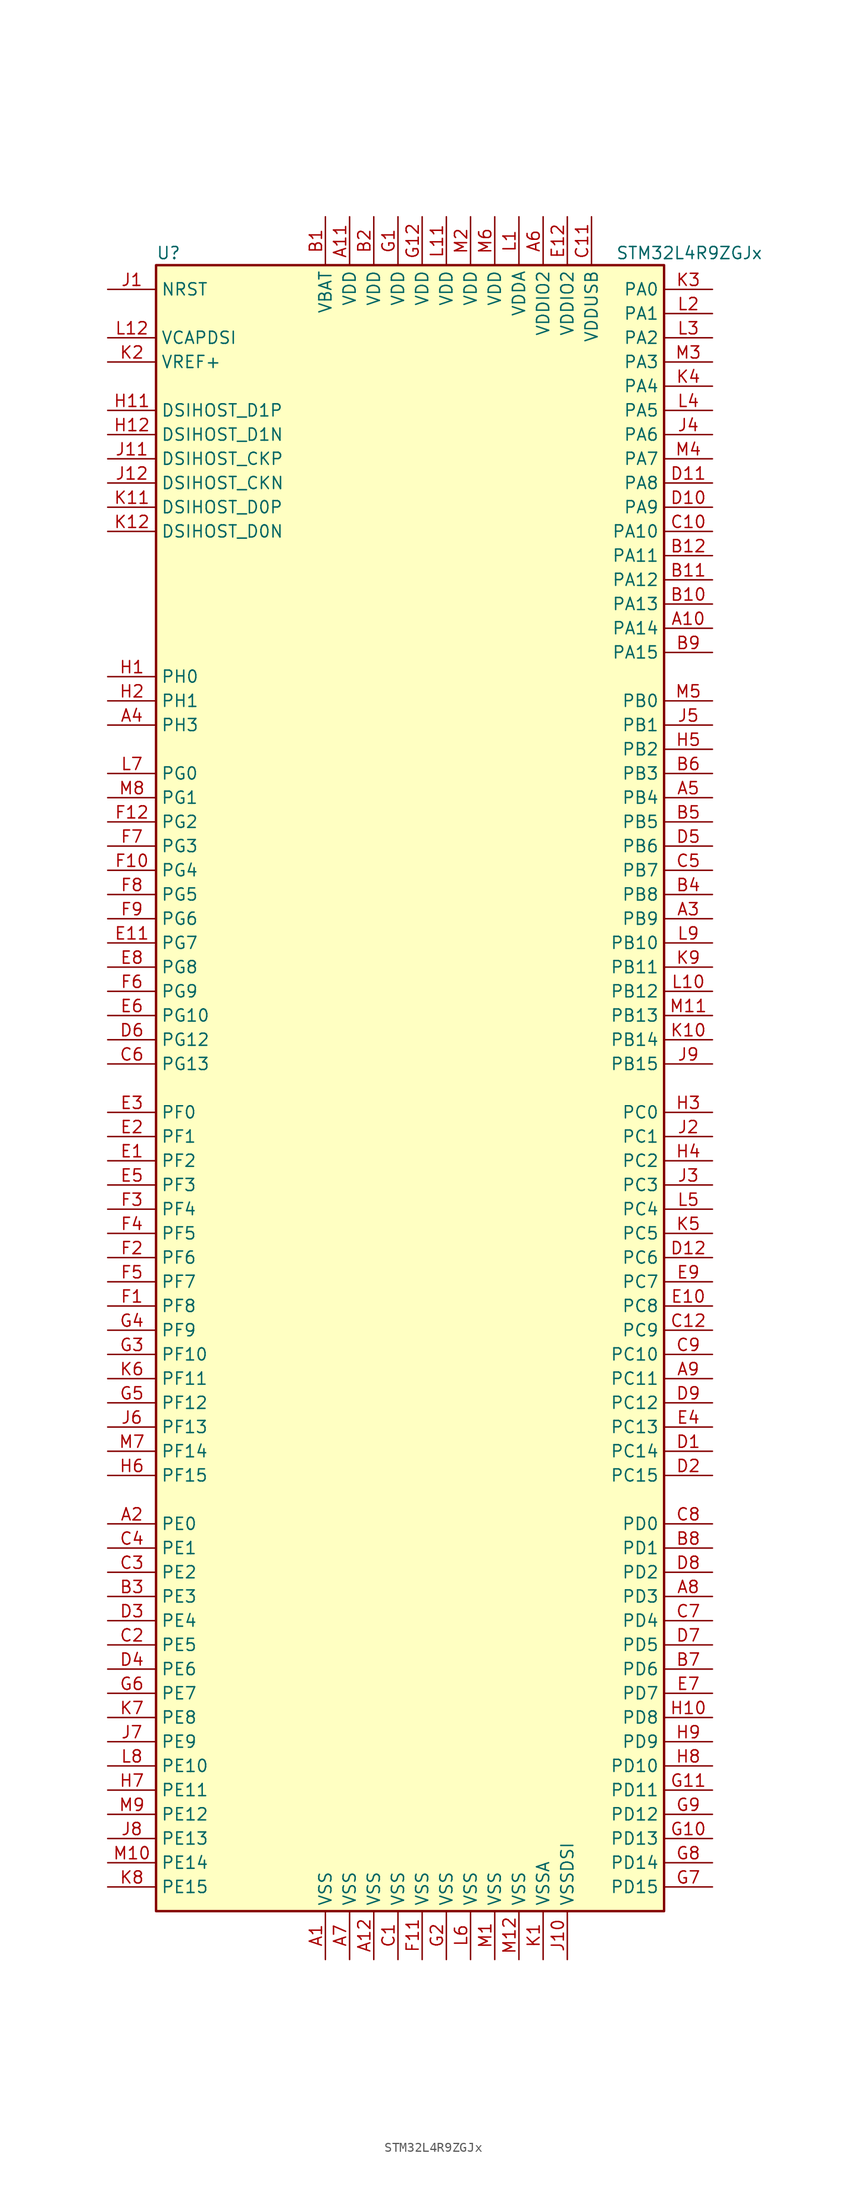
<source format=kicad_sym>
(kicad_symbol_lib
  (version 20201005)
  (generator kicad_symbol_editor)
  (symbol "STM32L4R9ZGJx"
    (property "Reference" "U"
      (at -27.94 87.63 0)
      (effects (font (size 1.27 1.27)) (justify left)))
    (property "Value" "STM32L4R9ZGJx"
      (at 20.32 87.63 0)
      (effects (font (size 1.27 1.27)) (justify left)))
    (symbol "STM32L4R9ZGJx_0_1"
      (rectangle (start -27.94 -86.36) (end 25.4 86.36) (stroke (width 0.254)) (fill (type background))))
    (symbol "STM32L4R9ZGJx_1_1"
      (pin bidirectional line (at -33.02 63.5 0) (length 5.08) (name "DSIHOST_CKN" (effects (font (size 1.27 1.27)))) (number "J12" (effects (font (size 1.27 1.27)))))
      (pin bidirectional line (at -33.02 66.04 0) (length 5.08) (name "DSIHOST_CKP" (effects (font (size 1.27 1.27)))) (number "J11" (effects (font (size 1.27 1.27)))))
      (pin bidirectional line (at -33.02 58.42 0) (length 5.08) (name "DSIHOST_D0N" (effects (font (size 1.27 1.27)))) (number "K12" (effects (font (size 1.27 1.27)))))
      (pin bidirectional line (at -33.02 60.96 0) (length 5.08) (name "DSIHOST_D0P" (effects (font (size 1.27 1.27)))) (number "K11" (effects (font (size 1.27 1.27)))))
      (pin bidirectional line (at -33.02 68.58 0) (length 5.08) (name "DSIHOST_D1N" (effects (font (size 1.27 1.27)))) (number "H12" (effects (font (size 1.27 1.27)))))
      (pin bidirectional line (at -33.02 71.12 0) (length 5.08) (name "DSIHOST_D1P" (effects (font (size 1.27 1.27)))) (number "H11" (effects (font (size 1.27 1.27)))))
      (pin input line (at -33.02 83.82 0) (length 5.08) (name "NRST" (effects (font (size 1.27 1.27)))) (number "J1" (effects (font (size 1.27 1.27)))))
      (pin bidirectional line (at 30.48 83.82 180) (length 5.08) (name "PA0" (effects (font (size 1.27 1.27)))) (number "K3" (effects (font (size 1.27 1.27)))))
      (pin bidirectional line (at 30.48 81.28 180) (length 5.08) (name "PA1" (effects (font (size 1.27 1.27)))) (number "L2" (effects (font (size 1.27 1.27)))))
      (pin bidirectional line (at 30.48 58.42 180) (length 5.08) (name "PA10" (effects (font (size 1.27 1.27)))) (number "C10" (effects (font (size 1.27 1.27)))))
      (pin bidirectional line (at 30.48 55.88 180) (length 5.08) (name "PA11" (effects (font (size 1.27 1.27)))) (number "B12" (effects (font (size 1.27 1.27)))))
      (pin bidirectional line (at 30.48 53.34 180) (length 5.08) (name "PA12" (effects (font (size 1.27 1.27)))) (number "B11" (effects (font (size 1.27 1.27)))))
      (pin bidirectional line (at 30.48 50.8 180) (length 5.08) (name "PA13" (effects (font (size 1.27 1.27)))) (number "B10" (effects (font (size 1.27 1.27)))))
      (pin bidirectional line (at 30.48 48.26 180) (length 5.08) (name "PA14" (effects (font (size 1.27 1.27)))) (number "A10" (effects (font (size 1.27 1.27)))))
      (pin bidirectional line (at 30.48 45.72 180) (length 5.08) (name "PA15" (effects (font (size 1.27 1.27)))) (number "B9" (effects (font (size 1.27 1.27)))))
      (pin bidirectional line (at 30.48 78.74 180) (length 5.08) (name "PA2" (effects (font (size 1.27 1.27)))) (number "L3" (effects (font (size 1.27 1.27)))))
      (pin bidirectional line (at 30.48 76.2 180) (length 5.08) (name "PA3" (effects (font (size 1.27 1.27)))) (number "M3" (effects (font (size 1.27 1.27)))))
      (pin bidirectional line (at 30.48 73.66 180) (length 5.08) (name "PA4" (effects (font (size 1.27 1.27)))) (number "K4" (effects (font (size 1.27 1.27)))))
      (pin bidirectional line (at 30.48 71.12 180) (length 5.08) (name "PA5" (effects (font (size 1.27 1.27)))) (number "L4" (effects (font (size 1.27 1.27)))))
      (pin bidirectional line (at 30.48 68.58 180) (length 5.08) (name "PA6" (effects (font (size 1.27 1.27)))) (number "J4" (effects (font (size 1.27 1.27)))))
      (pin bidirectional line (at 30.48 66.04 180) (length 5.08) (name "PA7" (effects (font (size 1.27 1.27)))) (number "M4" (effects (font (size 1.27 1.27)))))
      (pin bidirectional line (at 30.48 63.5 180) (length 5.08) (name "PA8" (effects (font (size 1.27 1.27)))) (number "D11" (effects (font (size 1.27 1.27)))))
      (pin bidirectional line (at 30.48 60.96 180) (length 5.08) (name "PA9" (effects (font (size 1.27 1.27)))) (number "D10" (effects (font (size 1.27 1.27)))))
      (pin bidirectional line (at 30.48 40.64 180) (length 5.08) (name "PB0" (effects (font (size 1.27 1.27)))) (number "M5" (effects (font (size 1.27 1.27)))))
      (pin bidirectional line (at 30.48 38.1 180) (length 5.08) (name "PB1" (effects (font (size 1.27 1.27)))) (number "J5" (effects (font (size 1.27 1.27)))))
      (pin bidirectional line (at 30.48 15.24 180) (length 5.08) (name "PB10" (effects (font (size 1.27 1.27)))) (number "L9" (effects (font (size 1.27 1.27)))))
      (pin bidirectional line (at 30.48 12.7 180) (length 5.08) (name "PB11" (effects (font (size 1.27 1.27)))) (number "K9" (effects (font (size 1.27 1.27)))))
      (pin bidirectional line (at 30.48 10.16 180) (length 5.08) (name "PB12" (effects (font (size 1.27 1.27)))) (number "L10" (effects (font (size 1.27 1.27)))))
      (pin bidirectional line (at 30.48 7.62 180) (length 5.08) (name "PB13" (effects (font (size 1.27 1.27)))) (number "M11" (effects (font (size 1.27 1.27)))))
      (pin bidirectional line (at 30.48 5.08 180) (length 5.08) (name "PB14" (effects (font (size 1.27 1.27)))) (number "K10" (effects (font (size 1.27 1.27)))))
      (pin bidirectional line (at 30.48 2.54 180) (length 5.08) (name "PB15" (effects (font (size 1.27 1.27)))) (number "J9" (effects (font (size 1.27 1.27)))))
      (pin bidirectional line (at 30.48 35.56 180) (length 5.08) (name "PB2" (effects (font (size 1.27 1.27)))) (number "H5" (effects (font (size 1.27 1.27)))))
      (pin bidirectional line (at 30.48 33.02 180) (length 5.08) (name "PB3" (effects (font (size 1.27 1.27)))) (number "B6" (effects (font (size 1.27 1.27)))))
      (pin bidirectional line (at 30.48 30.48 180) (length 5.08) (name "PB4" (effects (font (size 1.27 1.27)))) (number "A5" (effects (font (size 1.27 1.27)))))
      (pin bidirectional line (at 30.48 27.94 180) (length 5.08) (name "PB5" (effects (font (size 1.27 1.27)))) (number "B5" (effects (font (size 1.27 1.27)))))
      (pin bidirectional line (at 30.48 25.4 180) (length 5.08) (name "PB6" (effects (font (size 1.27 1.27)))) (number "D5" (effects (font (size 1.27 1.27)))))
      (pin bidirectional line (at 30.48 22.86 180) (length 5.08) (name "PB7" (effects (font (size 1.27 1.27)))) (number "C5" (effects (font (size 1.27 1.27)))))
      (pin bidirectional line (at 30.48 20.32 180) (length 5.08) (name "PB8" (effects (font (size 1.27 1.27)))) (number "B4" (effects (font (size 1.27 1.27)))))
      (pin bidirectional line (at 30.48 17.78 180) (length 5.08) (name "PB9" (effects (font (size 1.27 1.27)))) (number "A3" (effects (font (size 1.27 1.27)))))
      (pin bidirectional line (at 30.48 -2.54 180) (length 5.08) (name "PC0" (effects (font (size 1.27 1.27)))) (number "H3" (effects (font (size 1.27 1.27)))))
      (pin bidirectional line (at 30.48 -5.08 180) (length 5.08) (name "PC1" (effects (font (size 1.27 1.27)))) (number "J2" (effects (font (size 1.27 1.27)))))
      (pin bidirectional line (at 30.48 -27.94 180) (length 5.08) (name "PC10" (effects (font (size 1.27 1.27)))) (number "C9" (effects (font (size 1.27 1.27)))))
      (pin bidirectional line (at 30.48 -30.48 180) (length 5.08) (name "PC11" (effects (font (size 1.27 1.27)))) (number "A9" (effects (font (size 1.27 1.27)))))
      (pin bidirectional line (at 30.48 -33.02 180) (length 5.08) (name "PC12" (effects (font (size 1.27 1.27)))) (number "D9" (effects (font (size 1.27 1.27)))))
      (pin bidirectional line (at 30.48 -35.56 180) (length 5.08) (name "PC13" (effects (font (size 1.27 1.27)))) (number "E4" (effects (font (size 1.27 1.27)))))
      (pin bidirectional line (at 30.48 -38.1 180) (length 5.08) (name "PC14" (effects (font (size 1.27 1.27)))) (number "D1" (effects (font (size 1.27 1.27)))))
      (pin bidirectional line (at 30.48 -40.64 180) (length 5.08) (name "PC15" (effects (font (size 1.27 1.27)))) (number "D2" (effects (font (size 1.27 1.27)))))
      (pin bidirectional line (at 30.48 -7.62 180) (length 5.08) (name "PC2" (effects (font (size 1.27 1.27)))) (number "H4" (effects (font (size 1.27 1.27)))))
      (pin bidirectional line (at 30.48 -10.16 180) (length 5.08) (name "PC3" (effects (font (size 1.27 1.27)))) (number "J3" (effects (font (size 1.27 1.27)))))
      (pin bidirectional line (at 30.48 -12.7 180) (length 5.08) (name "PC4" (effects (font (size 1.27 1.27)))) (number "L5" (effects (font (size 1.27 1.27)))))
      (pin bidirectional line (at 30.48 -15.24 180) (length 5.08) (name "PC5" (effects (font (size 1.27 1.27)))) (number "K5" (effects (font (size 1.27 1.27)))))
      (pin bidirectional line (at 30.48 -17.78 180) (length 5.08) (name "PC6" (effects (font (size 1.27 1.27)))) (number "D12" (effects (font (size 1.27 1.27)))))
      (pin bidirectional line (at 30.48 -20.32 180) (length 5.08) (name "PC7" (effects (font (size 1.27 1.27)))) (number "E9" (effects (font (size 1.27 1.27)))))
      (pin bidirectional line (at 30.48 -22.86 180) (length 5.08) (name "PC8" (effects (font (size 1.27 1.27)))) (number "E10" (effects (font (size 1.27 1.27)))))
      (pin bidirectional line (at 30.48 -25.4 180) (length 5.08) (name "PC9" (effects (font (size 1.27 1.27)))) (number "C12" (effects (font (size 1.27 1.27)))))
      (pin bidirectional line (at 30.48 -45.72 180) (length 5.08) (name "PD0" (effects (font (size 1.27 1.27)))) (number "C8" (effects (font (size 1.27 1.27)))))
      (pin bidirectional line (at 30.48 -48.26 180) (length 5.08) (name "PD1" (effects (font (size 1.27 1.27)))) (number "B8" (effects (font (size 1.27 1.27)))))
      (pin bidirectional line (at 30.48 -71.12 180) (length 5.08) (name "PD10" (effects (font (size 1.27 1.27)))) (number "H8" (effects (font (size 1.27 1.27)))))
      (pin bidirectional line (at 30.48 -73.66 180) (length 5.08) (name "PD11" (effects (font (size 1.27 1.27)))) (number "G11" (effects (font (size 1.27 1.27)))))
      (pin bidirectional line (at 30.48 -76.2 180) (length 5.08) (name "PD12" (effects (font (size 1.27 1.27)))) (number "G9" (effects (font (size 1.27 1.27)))))
      (pin bidirectional line (at 30.48 -78.74 180) (length 5.08) (name "PD13" (effects (font (size 1.27 1.27)))) (number "G10" (effects (font (size 1.27 1.27)))))
      (pin bidirectional line (at 30.48 -81.28 180) (length 5.08) (name "PD14" (effects (font (size 1.27 1.27)))) (number "G8" (effects (font (size 1.27 1.27)))))
      (pin bidirectional line (at 30.48 -83.82 180) (length 5.08) (name "PD15" (effects (font (size 1.27 1.27)))) (number "G7" (effects (font (size 1.27 1.27)))))
      (pin bidirectional line (at 30.48 -50.8 180) (length 5.08) (name "PD2" (effects (font (size 1.27 1.27)))) (number "D8" (effects (font (size 1.27 1.27)))))
      (pin bidirectional line (at 30.48 -53.34 180) (length 5.08) (name "PD3" (effects (font (size 1.27 1.27)))) (number "A8" (effects (font (size 1.27 1.27)))))
      (pin bidirectional line (at 30.48 -55.88 180) (length 5.08) (name "PD4" (effects (font (size 1.27 1.27)))) (number "C7" (effects (font (size 1.27 1.27)))))
      (pin bidirectional line (at 30.48 -58.42 180) (length 5.08) (name "PD5" (effects (font (size 1.27 1.27)))) (number "D7" (effects (font (size 1.27 1.27)))))
      (pin bidirectional line (at 30.48 -60.96 180) (length 5.08) (name "PD6" (effects (font (size 1.27 1.27)))) (number "B7" (effects (font (size 1.27 1.27)))))
      (pin bidirectional line (at 30.48 -63.5 180) (length 5.08) (name "PD7" (effects (font (size 1.27 1.27)))) (number "E7" (effects (font (size 1.27 1.27)))))
      (pin bidirectional line (at 30.48 -66.04 180) (length 5.08) (name "PD8" (effects (font (size 1.27 1.27)))) (number "H10" (effects (font (size 1.27 1.27)))))
      (pin bidirectional line (at 30.48 -68.58 180) (length 5.08) (name "PD9" (effects (font (size 1.27 1.27)))) (number "H9" (effects (font (size 1.27 1.27)))))
      (pin bidirectional line (at -33.02 -45.72 0) (length 5.08) (name "PE0" (effects (font (size 1.27 1.27)))) (number "A2" (effects (font (size 1.27 1.27)))))
      (pin bidirectional line (at -33.02 -48.26 0) (length 5.08) (name "PE1" (effects (font (size 1.27 1.27)))) (number "C4" (effects (font (size 1.27 1.27)))))
      (pin bidirectional line (at -33.02 -71.12 0) (length 5.08) (name "PE10" (effects (font (size 1.27 1.27)))) (number "L8" (effects (font (size 1.27 1.27)))))
      (pin bidirectional line (at -33.02 -73.66 0) (length 5.08) (name "PE11" (effects (font (size 1.27 1.27)))) (number "H7" (effects (font (size 1.27 1.27)))))
      (pin bidirectional line (at -33.02 -76.2 0) (length 5.08) (name "PE12" (effects (font (size 1.27 1.27)))) (number "M9" (effects (font (size 1.27 1.27)))))
      (pin bidirectional line (at -33.02 -78.74 0) (length 5.08) (name "PE13" (effects (font (size 1.27 1.27)))) (number "J8" (effects (font (size 1.27 1.27)))))
      (pin bidirectional line (at -33.02 -81.28 0) (length 5.08) (name "PE14" (effects (font (size 1.27 1.27)))) (number "M10" (effects (font (size 1.27 1.27)))))
      (pin bidirectional line (at -33.02 -83.82 0) (length 5.08) (name "PE15" (effects (font (size 1.27 1.27)))) (number "K8" (effects (font (size 1.27 1.27)))))
      (pin bidirectional line (at -33.02 -50.8 0) (length 5.08) (name "PE2" (effects (font (size 1.27 1.27)))) (number "C3" (effects (font (size 1.27 1.27)))))
      (pin bidirectional line (at -33.02 -53.34 0) (length 5.08) (name "PE3" (effects (font (size 1.27 1.27)))) (number "B3" (effects (font (size 1.27 1.27)))))
      (pin bidirectional line (at -33.02 -55.88 0) (length 5.08) (name "PE4" (effects (font (size 1.27 1.27)))) (number "D3" (effects (font (size 1.27 1.27)))))
      (pin bidirectional line (at -33.02 -58.42 0) (length 5.08) (name "PE5" (effects (font (size 1.27 1.27)))) (number "C2" (effects (font (size 1.27 1.27)))))
      (pin bidirectional line (at -33.02 -60.96 0) (length 5.08) (name "PE6" (effects (font (size 1.27 1.27)))) (number "D4" (effects (font (size 1.27 1.27)))))
      (pin bidirectional line (at -33.02 -63.5 0) (length 5.08) (name "PE7" (effects (font (size 1.27 1.27)))) (number "G6" (effects (font (size 1.27 1.27)))))
      (pin bidirectional line (at -33.02 -66.04 0) (length 5.08) (name "PE8" (effects (font (size 1.27 1.27)))) (number "K7" (effects (font (size 1.27 1.27)))))
      (pin bidirectional line (at -33.02 -68.58 0) (length 5.08) (name "PE9" (effects (font (size 1.27 1.27)))) (number "J7" (effects (font (size 1.27 1.27)))))
      (pin bidirectional line (at -33.02 -2.54 0) (length 5.08) (name "PF0" (effects (font (size 1.27 1.27)))) (number "E3" (effects (font (size 1.27 1.27)))))
      (pin bidirectional line (at -33.02 -5.08 0) (length 5.08) (name "PF1" (effects (font (size 1.27 1.27)))) (number "E2" (effects (font (size 1.27 1.27)))))
      (pin bidirectional line (at -33.02 -27.94 0) (length 5.08) (name "PF10" (effects (font (size 1.27 1.27)))) (number "G3" (effects (font (size 1.27 1.27)))))
      (pin bidirectional line (at -33.02 -30.48 0) (length 5.08) (name "PF11" (effects (font (size 1.27 1.27)))) (number "K6" (effects (font (size 1.27 1.27)))))
      (pin bidirectional line (at -33.02 -33.02 0) (length 5.08) (name "PF12" (effects (font (size 1.27 1.27)))) (number "G5" (effects (font (size 1.27 1.27)))))
      (pin bidirectional line (at -33.02 -35.56 0) (length 5.08) (name "PF13" (effects (font (size 1.27 1.27)))) (number "J6" (effects (font (size 1.27 1.27)))))
      (pin bidirectional line (at -33.02 -38.1 0) (length 5.08) (name "PF14" (effects (font (size 1.27 1.27)))) (number "M7" (effects (font (size 1.27 1.27)))))
      (pin bidirectional line (at -33.02 -40.64 0) (length 5.08) (name "PF15" (effects (font (size 1.27 1.27)))) (number "H6" (effects (font (size 1.27 1.27)))))
      (pin bidirectional line (at -33.02 -7.62 0) (length 5.08) (name "PF2" (effects (font (size 1.27 1.27)))) (number "E1" (effects (font (size 1.27 1.27)))))
      (pin bidirectional line (at -33.02 -10.16 0) (length 5.08) (name "PF3" (effects (font (size 1.27 1.27)))) (number "E5" (effects (font (size 1.27 1.27)))))
      (pin bidirectional line (at -33.02 -12.7 0) (length 5.08) (name "PF4" (effects (font (size 1.27 1.27)))) (number "F3" (effects (font (size 1.27 1.27)))))
      (pin bidirectional line (at -33.02 -15.24 0) (length 5.08) (name "PF5" (effects (font (size 1.27 1.27)))) (number "F4" (effects (font (size 1.27 1.27)))))
      (pin bidirectional line (at -33.02 -17.78 0) (length 5.08) (name "PF6" (effects (font (size 1.27 1.27)))) (number "F2" (effects (font (size 1.27 1.27)))))
      (pin bidirectional line (at -33.02 -20.32 0) (length 5.08) (name "PF7" (effects (font (size 1.27 1.27)))) (number "F5" (effects (font (size 1.27 1.27)))))
      (pin bidirectional line (at -33.02 -22.86 0) (length 5.08) (name "PF8" (effects (font (size 1.27 1.27)))) (number "F1" (effects (font (size 1.27 1.27)))))
      (pin bidirectional line (at -33.02 -25.4 0) (length 5.08) (name "PF9" (effects (font (size 1.27 1.27)))) (number "G4" (effects (font (size 1.27 1.27)))))
      (pin bidirectional line (at -33.02 33.02 0) (length 5.08) (name "PG0" (effects (font (size 1.27 1.27)))) (number "L7" (effects (font (size 1.27 1.27)))))
      (pin bidirectional line (at -33.02 30.48 0) (length 5.08) (name "PG1" (effects (font (size 1.27 1.27)))) (number "M8" (effects (font (size 1.27 1.27)))))
      (pin bidirectional line (at -33.02 7.62 0) (length 5.08) (name "PG10" (effects (font (size 1.27 1.27)))) (number "E6" (effects (font (size 1.27 1.27)))))
      (pin bidirectional line (at -33.02 5.08 0) (length 5.08) (name "PG12" (effects (font (size 1.27 1.27)))) (number "D6" (effects (font (size 1.27 1.27)))))
      (pin bidirectional line (at -33.02 2.54 0) (length 5.08) (name "PG13" (effects (font (size 1.27 1.27)))) (number "C6" (effects (font (size 1.27 1.27)))))
      (pin bidirectional line (at -33.02 27.94 0) (length 5.08) (name "PG2" (effects (font (size 1.27 1.27)))) (number "F12" (effects (font (size 1.27 1.27)))))
      (pin bidirectional line (at -33.02 25.4 0) (length 5.08) (name "PG3" (effects (font (size 1.27 1.27)))) (number "F7" (effects (font (size 1.27 1.27)))))
      (pin bidirectional line (at -33.02 22.86 0) (length 5.08) (name "PG4" (effects (font (size 1.27 1.27)))) (number "F10" (effects (font (size 1.27 1.27)))))
      (pin bidirectional line (at -33.02 20.32 0) (length 5.08) (name "PG5" (effects (font (size 1.27 1.27)))) (number "F8" (effects (font (size 1.27 1.27)))))
      (pin bidirectional line (at -33.02 17.78 0) (length 5.08) (name "PG6" (effects (font (size 1.27 1.27)))) (number "F9" (effects (font (size 1.27 1.27)))))
      (pin bidirectional line (at -33.02 15.24 0) (length 5.08) (name "PG7" (effects (font (size 1.27 1.27)))) (number "E11" (effects (font (size 1.27 1.27)))))
      (pin bidirectional line (at -33.02 12.7 0) (length 5.08) (name "PG8" (effects (font (size 1.27 1.27)))) (number "E8" (effects (font (size 1.27 1.27)))))
      (pin bidirectional line (at -33.02 10.16 0) (length 5.08) (name "PG9" (effects (font (size 1.27 1.27)))) (number "F6" (effects (font (size 1.27 1.27)))))
      (pin input line (at -33.02 43.18 0) (length 5.08) (name "PH0" (effects (font (size 1.27 1.27)))) (number "H1" (effects (font (size 1.27 1.27)))))
      (pin input line (at -33.02 40.64 0) (length 5.08) (name "PH1" (effects (font (size 1.27 1.27)))) (number "H2" (effects (font (size 1.27 1.27)))))
      (pin bidirectional line (at -33.02 38.1 0) (length 5.08) (name "PH3" (effects (font (size 1.27 1.27)))) (number "A4" (effects (font (size 1.27 1.27)))))
      (pin power_in line (at -10.16 91.44 270) (length 5.08) (name "VBAT" (effects (font (size 1.27 1.27)))) (number "B1" (effects (font (size 1.27 1.27)))))
      (pin power_in line (at -33.02 78.74 0) (length 5.08) (name "VCAPDSI" (effects (font (size 1.27 1.27)))) (number "L12" (effects (font (size 1.27 1.27)))))
      (pin power_in line (at -7.62 91.44 270) (length 5.08) (name "VDD" (effects (font (size 1.27 1.27)))) (number "A11" (effects (font (size 1.27 1.27)))))
      (pin power_in line (at -5.08 91.44 270) (length 5.08) (name "VDD" (effects (font (size 1.27 1.27)))) (number "B2" (effects (font (size 1.27 1.27)))))
      (pin power_in line (at -2.54 91.44 270) (length 5.08) (name "VDD" (effects (font (size 1.27 1.27)))) (number "G1" (effects (font (size 1.27 1.27)))))
      (pin power_in line (at 0 91.44 270) (length 5.08) (name "VDD" (effects (font (size 1.27 1.27)))) (number "G12" (effects (font (size 1.27 1.27)))))
      (pin power_in line (at 2.54 91.44 270) (length 5.08) (name "VDD" (effects (font (size 1.27 1.27)))) (number "L11" (effects (font (size 1.27 1.27)))))
      (pin power_in line (at 5.08 91.44 270) (length 5.08) (name "VDD" (effects (font (size 1.27 1.27)))) (number "M2" (effects (font (size 1.27 1.27)))))
      (pin power_in line (at 7.62 91.44 270) (length 5.08) (name "VDD" (effects (font (size 1.27 1.27)))) (number "M6" (effects (font (size 1.27 1.27)))))
      (pin power_in line (at 10.16 91.44 270) (length 5.08) (name "VDDA" (effects (font (size 1.27 1.27)))) (number "L1" (effects (font (size 1.27 1.27)))))
      (pin power_in line (at 12.7 91.44 270) (length 5.08) (name "VDDIO2" (effects (font (size 1.27 1.27)))) (number "A6" (effects (font (size 1.27 1.27)))))
      (pin power_in line (at 15.24 91.44 270) (length 5.08) (name "VDDIO2" (effects (font (size 1.27 1.27)))) (number "E12" (effects (font (size 1.27 1.27)))))
      (pin power_in line (at 17.78 91.44 270) (length 5.08) (name "VDDUSB" (effects (font (size 1.27 1.27)))) (number "C11" (effects (font (size 1.27 1.27)))))
      (pin bidirectional line (at -33.02 76.2 0) (length 5.08) (name "VREF+" (effects (font (size 1.27 1.27)))) (number "K2" (effects (font (size 1.27 1.27)))))
      (pin power_in line (at -10.16 -91.44 90) (length 5.08) (name "VSS" (effects (font (size 1.27 1.27)))) (number "A1" (effects (font (size 1.27 1.27)))))
      (pin power_in line (at -5.08 -91.44 90) (length 5.08) (name "VSS" (effects (font (size 1.27 1.27)))) (number "A12" (effects (font (size 1.27 1.27)))))
      (pin power_in line (at -7.62 -91.44 90) (length 5.08) (name "VSS" (effects (font (size 1.27 1.27)))) (number "A7" (effects (font (size 1.27 1.27)))))
      (pin power_in line (at -2.54 -91.44 90) (length 5.08) (name "VSS" (effects (font (size 1.27 1.27)))) (number "C1" (effects (font (size 1.27 1.27)))))
      (pin power_in line (at 0 -91.44 90) (length 5.08) (name "VSS" (effects (font (size 1.27 1.27)))) (number "F11" (effects (font (size 1.27 1.27)))))
      (pin power_in line (at 2.54 -91.44 90) (length 5.08) (name "VSS" (effects (font (size 1.27 1.27)))) (number "G2" (effects (font (size 1.27 1.27)))))
      (pin power_in line (at 5.08 -91.44 90) (length 5.08) (name "VSS" (effects (font (size 1.27 1.27)))) (number "L6" (effects (font (size 1.27 1.27)))))
      (pin power_in line (at 7.62 -91.44 90) (length 5.08) (name "VSS" (effects (font (size 1.27 1.27)))) (number "M1" (effects (font (size 1.27 1.27)))))
      (pin power_in line (at 10.16 -91.44 90) (length 5.08) (name "VSS" (effects (font (size 1.27 1.27)))) (number "M12" (effects (font (size 1.27 1.27)))))
      (pin power_in line (at 12.7 -91.44 90) (length 5.08) (name "VSSA" (effects (font (size 1.27 1.27)))) (number "K1" (effects (font (size 1.27 1.27)))))
      (pin power_in line (at 15.24 -91.44 90) (length 5.08) (name "VSSDSI" (effects (font (size 1.27 1.27)))) (number "J10" (effects (font (size 1.27 1.27))))))))
</source>
